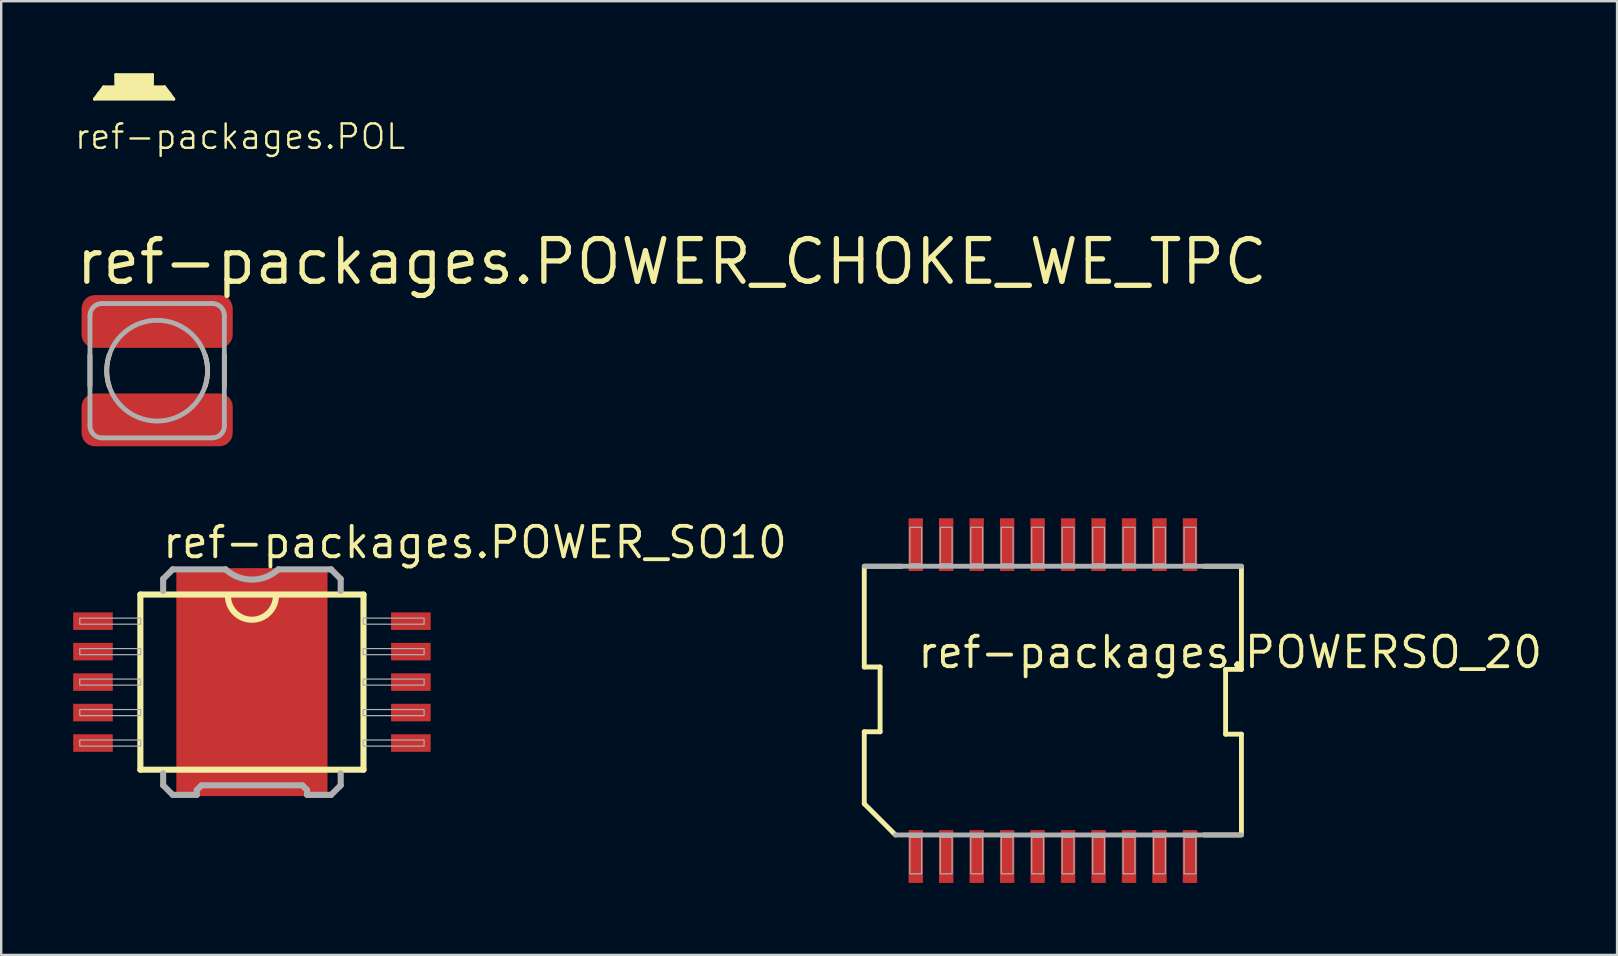
<source format=kicad_pcb>
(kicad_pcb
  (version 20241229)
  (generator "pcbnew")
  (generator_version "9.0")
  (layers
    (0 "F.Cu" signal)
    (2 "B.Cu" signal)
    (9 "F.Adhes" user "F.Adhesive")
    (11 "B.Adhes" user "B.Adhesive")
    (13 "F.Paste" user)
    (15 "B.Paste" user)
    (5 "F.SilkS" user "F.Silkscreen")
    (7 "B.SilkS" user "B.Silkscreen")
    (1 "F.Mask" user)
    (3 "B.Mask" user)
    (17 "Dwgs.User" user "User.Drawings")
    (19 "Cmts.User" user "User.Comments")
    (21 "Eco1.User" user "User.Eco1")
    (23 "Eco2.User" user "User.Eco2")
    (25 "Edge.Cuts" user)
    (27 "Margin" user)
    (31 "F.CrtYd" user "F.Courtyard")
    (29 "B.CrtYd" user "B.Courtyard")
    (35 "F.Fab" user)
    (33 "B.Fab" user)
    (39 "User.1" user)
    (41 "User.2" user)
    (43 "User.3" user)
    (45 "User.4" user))
  (footprint "ref-packages.POWERSO_20"
    (layer "F.Cu")
    (at 40.832 26.15)
    (property "Reference" "ref-packages.POWERSO_20" (at -5.715 -1.27 0) (layer "F.SilkS") (effects (font (size 1.27 1.27) (thickness 0.16)) (justify left bottom)))
    (attr smd)
    (fp_line (start -7.86 -1.4) (end -7.86 -5.6) (stroke (width 0.203) (type default)) (layer "F.SilkS"))
    (fp_line (start -7.86 1.3) (end -7.2 1.3) (stroke (width 0.203) (type default)) (layer "F.SilkS"))
    (fp_line (start -7.86 4.3) (end -7.86 1.3) (stroke (width 0.203) (type default)) (layer "F.SilkS"))
    (fp_line (start -7.8 -5.6) (end -6.3 -5.6) (stroke (width 0.203) (type default)) (layer "F.SilkS"))
    (fp_line (start -7.2 -1.4) (end -7.86 -1.4) (stroke (width 0.203) (type default)) (layer "F.SilkS"))
    (fp_line (start -7.2 1.3) (end -7.2 -1.4) (stroke (width 0.203) (type default)) (layer "F.SilkS"))
    (fp_line (start -6.56 5.6) (end -7.86 4.3) (stroke (width 0.203) (type default)) (layer "F.SilkS"))
    (fp_line (start 7.2 -1.3) (end 7.2 1.4) (stroke (width 0.203) (type default)) (layer "F.SilkS"))
    (fp_line (start 7.2 1.4) (end 7.86 1.4) (stroke (width 0.203) (type default)) (layer "F.SilkS"))
    (fp_line (start 7.8 -5.6) (end 6.3 -5.6) (stroke (width 0.203) (type default)) (layer "F.SilkS"))
    (fp_line (start 7.8 5.6) (end 6.3 5.6) (stroke (width 0.203) (type default)) (layer "F.SilkS"))
    (fp_line (start 7.86 -5.6) (end 7.86 -1.3) (stroke (width 0.203) (type default)) (layer "F.SilkS"))
    (fp_line (start 7.86 -1.3) (end 7.2 -1.3) (stroke (width 0.203) (type default)) (layer "F.SilkS"))
    (fp_line (start 7.86 1.4) (end 7.86 5.6) (stroke (width 0.203) (type default)) (layer "F.SilkS"))
    (fp_line (start -7.86 -5.6) (end 7.86 -5.6) (stroke (width 0.203) (type default)) (layer "F.Fab"))
    (fp_line (start 7.86 5.6) (end -6.56 5.6) (stroke (width 0.203) (type default)) (layer "F.Fab"))
    (fp_rect (start -5.96 -5.7) (end -5.47 -7.22) (stroke (width 0.05) (type default)) (fill no) (layer "F.Fab"))
    (fp_rect (start -5.96 7.22) (end -5.47 5.7) (stroke (width 0.05) (type default)) (fill no) (layer "F.Fab"))
    (fp_rect (start -4.69 -5.7) (end -4.2 -7.22) (stroke (width 0.05) (type default)) (fill no) (layer "F.Fab"))
    (fp_rect (start -4.69 7.22) (end -4.2 5.7) (stroke (width 0.05) (type default)) (fill no) (layer "F.Fab"))
    (fp_rect (start -3.42 -5.7) (end -2.93 -7.22) (stroke (width 0.05) (type default)) (fill no) (layer "F.Fab"))
    (fp_rect (start -3.42 7.22) (end -2.93 5.7) (stroke (width 0.05) (type default)) (fill no) (layer "F.Fab"))
    (fp_rect (start -2.15 -5.7) (end -1.66 -7.22) (stroke (width 0.05) (type default)) (fill no) (layer "F.Fab"))
    (fp_rect (start -2.15 7.22) (end -1.66 5.7) (stroke (width 0.05) (type default)) (fill no) (layer "F.Fab"))
    (fp_rect (start -0.88 -5.7) (end -0.39 -7.22) (stroke (width 0.05) (type default)) (fill no) (layer "F.Fab"))
    (fp_rect (start -0.88 7.22) (end -0.39 5.7) (stroke (width 0.05) (type default)) (fill no) (layer "F.Fab"))
    (fp_rect (start 0.39 -5.7) (end 0.88 -7.22) (stroke (width 0.05) (type default)) (fill no) (layer "F.Fab"))
    (fp_rect (start 0.39 7.22) (end 0.88 5.7) (stroke (width 0.05) (type default)) (fill no) (layer "F.Fab"))
    (fp_rect (start 1.66 -5.7) (end 2.15 -7.22) (stroke (width 0.05) (type default)) (fill no) (layer "F.Fab"))
    (fp_rect (start 1.66 7.22) (end 2.15 5.7) (stroke (width 0.05) (type default)) (fill no) (layer "F.Fab"))
    (fp_rect (start 2.93 -5.7) (end 3.42 -7.22) (stroke (width 0.05) (type default)) (fill no) (layer "F.Fab"))
    (fp_rect (start 2.93 7.22) (end 3.42 5.7) (stroke (width 0.05) (type default)) (fill no) (layer "F.Fab"))
    (fp_rect (start 4.2 -5.7) (end 4.69 -7.22) (stroke (width 0.05) (type default)) (fill no) (layer "F.Fab"))
    (fp_rect (start 4.2 7.22) (end 4.69 5.7) (stroke (width 0.05) (type default)) (fill no) (layer "F.Fab"))
    (fp_rect (start 5.47 -5.7) (end 5.96 -7.22) (stroke (width 0.05) (type default)) (fill no) (layer "F.Fab"))
    (fp_rect (start 5.47 7.22) (end 5.96 5.7) (stroke (width 0.05) (type default)) (fill no) (layer "F.Fab"))
    (pad "1" smd roundrect (at -5.715 6.5) (size 0.6 2.2) (layers "F.Cu" "F.Mask" "F.Paste") (roundrect_rratio 0.01))
    (pad "2" smd roundrect (at -4.445 6.5) (size 0.6 2.2) (layers "F.Cu" "F.Mask" "F.Paste") (roundrect_rratio 0.01))
    (pad "3" smd roundrect (at -3.175 6.5) (size 0.6 2.2) (layers "F.Cu" "F.Mask" "F.Paste") (roundrect_rratio 0.01))
    (pad "4" smd roundrect (at -1.905 6.5) (size 0.6 2.2) (layers "F.Cu" "F.Mask" "F.Paste") (roundrect_rratio 0.01))
    (pad "5" smd roundrect (at -0.635 6.5) (size 0.6 2.2) (layers "F.Cu" "F.Mask" "F.Paste") (roundrect_rratio 0.01))
    (pad "6" smd roundrect (at 0.635 6.5) (size 0.6 2.2) (layers "F.Cu" "F.Mask" "F.Paste") (roundrect_rratio 0.01))
    (pad "7" smd roundrect (at 1.905 6.5) (size 0.6 2.2) (layers "F.Cu" "F.Mask" "F.Paste") (roundrect_rratio 0.01))
    (pad "8" smd roundrect (at 3.175 6.5) (size 0.6 2.2) (layers "F.Cu" "F.Mask" "F.Paste") (roundrect_rratio 0.01))
    (pad "9" smd roundrect (at 4.445 6.5) (size 0.6 2.2) (layers "F.Cu" "F.Mask" "F.Paste") (roundrect_rratio 0.01))
    (pad "10" smd roundrect (at 5.715 6.5) (size 0.6 2.2) (layers "F.Cu" "F.Mask" "F.Paste") (roundrect_rratio 0.01))
    (pad "11" smd roundrect (at 5.715 -6.5) (size 0.6 2.2) (layers "F.Cu" "F.Mask" "F.Paste") (roundrect_rratio 0.01))
    (pad "12" smd roundrect (at 4.445 -6.5) (size 0.6 2.2) (layers "F.Cu" "F.Mask" "F.Paste") (roundrect_rratio 0.01))
    (pad "13" smd roundrect (at 3.175 -6.5) (size 0.6 2.2) (layers "F.Cu" "F.Mask" "F.Paste") (roundrect_rratio 0.01))
    (pad "14" smd roundrect (at 1.905 -6.5) (size 0.6 2.2) (layers "F.Cu" "F.Mask" "F.Paste") (roundrect_rratio 0.01))
    (pad "15" smd roundrect (at 0.635 -6.5) (size 0.6 2.2) (layers "F.Cu" "F.Mask" "F.Paste") (roundrect_rratio 0.01))
    (pad "16" smd roundrect (at -0.635 -6.5) (size 0.6 2.2) (layers "F.Cu" "F.Mask" "F.Paste") (roundrect_rratio 0.01))
    (pad "17" smd roundrect (at -1.905 -6.5) (size 0.6 2.2) (layers "F.Cu" "F.Mask" "F.Paste") (roundrect_rratio 0.01))
    (pad "18" smd roundrect (at -3.175 -6.5) (size 0.6 2.2) (layers "F.Cu" "F.Mask" "F.Paste") (roundrect_rratio 0.01))
    (pad "19" smd roundrect (at -4.445 -6.5) (size 0.6 2.2) (layers "F.Cu" "F.Mask" "F.Paste") (roundrect_rratio 0.01))
    (pad "20" smd roundrect (at -5.715 -6.5) (size 0.6 2.2) (layers "F.Cu" "F.Mask" "F.Paste") (roundrect_rratio 0.01)))
  (footprint "ref-packages.POL"
    (layer "F.Cu")
    (at 2.54 0.699)
    (property "Reference" "ref-packages.POL" (at -2.54 2.54 0) (layer "F.SilkS") (effects (font (size 1.016 1.016) (thickness 0.1)) (justify left bottom)))
    (fp_line (start -1.651 0.381) (end -1.27 -0.127) (stroke (width 0.127) (type default)) (layer "F.SilkS"))
    (fp_line (start -1.651 0.381) (end 1.651 0.381) (stroke (width 0.127) (type default)) (layer "F.SilkS"))
    (fp_line (start -0.762 -0.635) (end -0.762 -0.127) (stroke (width 0.127) (type default)) (layer "F.SilkS"))
    (fp_line (start -0.762 -0.127) (end -1.27 -0.127) (stroke (width 0.127) (type default)) (layer "F.SilkS"))
    (fp_line (start 0.762 -0.635) (end -0.762 -0.635) (stroke (width 0.127) (type default)) (layer "F.SilkS"))
    (fp_line (start 0.762 -0.635) (end 0.762 -0.127) (stroke (width 0.127) (type default)) (layer "F.SilkS"))
    (fp_line (start 1.27 -0.127) (end 0.762 -0.127) (stroke (width 0.127) (type default)) (layer "F.SilkS"))
    (fp_line (start 1.27 -0.127) (end 1.651 0.381) (stroke (width 0.127) (type default)) (layer "F.SilkS"))
    (fp_rect (start -1.524 0.381) (end -1.27 0.127) (stroke (width 0.05) (type default)) (fill yes) (layer "F.SilkS"))
    (fp_rect (start -1.397 0.127) (end -1.27 0) (stroke (width 0.05) (type default)) (fill yes) (layer "F.SilkS"))
    (fp_rect (start -1.27 0.381) (end 1.27 -0.127) (stroke (width 0.05) (type default)) (fill yes) (layer "F.SilkS"))
    (fp_rect (start -0.762 -0.127) (end 0.762 -0.635) (stroke (width 0.05) (type default)) (fill yes) (layer "F.SilkS"))
    (fp_rect (start 1.27 0.127) (end 1.397 0) (stroke (width 0.05) (type default)) (fill yes) (layer "F.SilkS"))
    (fp_rect (start 1.27 0.381) (end 1.524 0.127) (stroke (width 0.05) (type default)) (fill yes) (layer "F.SilkS")))
  (footprint "ref-packages.POWER_CHOKE_WE_TPC"
    (layer "F.Cu")
    (at 3.5 12.4)
    (property "Reference" "ref-packages.POWER_CHOKE_WE_TPC" (at -3.5 -3.5 0) (layer "F.SilkS") (effects (font (size 1.778 1.778) (thickness 0.22)) (justify left bottom)))
    (attr smd)
    (fp_line (start -2.8 -0.65) (end -2.8 0.65) (stroke (width 0.2) (type default)) (layer "F.SilkS"))
    (fp_line (start 2.8 0.65) (end 2.8 -0.65) (stroke (width 0.2) (type default)) (layer "F.SilkS"))
    (fp_arc (start -2 0.65) (mid -2.102974 0) (end -2 -0.65) (stroke (width 0.2) (type default)) (layer "F.SilkS"))
    (fp_arc (start 2 -0.65) (mid 2.102974 0) (end 2 0.65) (stroke (width 0.2) (type default)) (layer "F.SilkS"))
    (fp_line (start -2.8 2.3) (end -2.8 -2.3) (stroke (width 0.2) (type default)) (layer "F.Fab"))
    (fp_line (start -2.3 -2.8) (end 2.3 -2.8) (stroke (width 0.2) (type default)) (layer "F.Fab"))
    (fp_line (start 2.3 2.8) (end -2.3 2.8) (stroke (width 0.2) (type default)) (layer "F.Fab"))
    (fp_line (start 2.8 -2.3) (end 2.8 2.3) (stroke (width 0.2) (type default)) (layer "F.Fab"))
    (fp_arc (start -2.8 -2.3) (mid -2.653553 -2.653553) (end -2.3 -2.8) (stroke (width 0.2) (type default)) (layer "F.Fab"))
    (fp_arc (start -2.3 2.8) (mid -2.653553 2.653553) (end -2.8 2.3) (stroke (width 0.2) (type default)) (layer "F.Fab"))
    (fp_arc (start 2.3 -2.8) (mid 2.653553 -2.653553) (end 2.8 -2.3) (stroke (width 0.2) (type default)) (layer "F.Fab"))
    (fp_arc (start 2.8 2.3) (mid 2.653553 2.653553) (end 2.3 2.8) (stroke (width 0.2) (type default)) (layer "F.Fab"))
    (fp_circle (center 0 0) (end 2.1 0) (stroke (width 0.2) (type default)) (fill no) (layer "F.Fab"))
    (pad "1" smd roundrect (at 0 -2.05) (size 6.3 2.2) (layers "F.Cu" "F.Mask" "F.Paste") (roundrect_rratio 0.25))
    (pad "2" smd roundrect (at 0 2.05 180) (size 6.3 2.2) (layers "F.Cu" "F.Mask" "F.Paste") (roundrect_rratio 0.25)))
  (footprint "ref-packages.POWER_SO10"
    (layer "F.Cu")
    (at 7.45 25.38)
    (property "Reference" "ref-packages.POWER_SO10" (at -3.81 -5.08 0) (layer "F.SilkS") (effects (font (size 1.27 1.27) (thickness 0.16)) (justify left bottom)))
    (attr smd)
    (fp_line (start -4.65 -3.65) (end 4.65 -3.65) (stroke (width 0.254) (type default)) (layer "F.SilkS"))
    (fp_line (start -4.65 3.65) (end -4.65 -3.65) (stroke (width 0.254) (type default)) (layer "F.SilkS"))
    (fp_line (start 4.65 -3.65) (end 4.65 3.65) (stroke (width 0.254) (type default)) (layer "F.SilkS"))
    (fp_line (start 4.65 3.65) (end -4.65 3.65) (stroke (width 0.254) (type default)) (layer "F.SilkS"))
    (fp_arc (start 1 -3.6) (mid 0 -2.6) (end -1 -3.6) (stroke (width 0.254) (type default)) (layer "F.SilkS"))
    (fp_line (start -3.7 -4.3) (end -3.3 -4.7) (stroke (width 0.254) (type default)) (layer "F.Fab"))
    (fp_line (start -3.7 -3.8) (end -3.7 -4.3) (stroke (width 0.254) (type default)) (layer "F.Fab"))
    (fp_line (start -3.7 4.3) (end -3.7 3.8) (stroke (width 0.254) (type default)) (layer "F.Fab"))
    (fp_line (start -3.3 -4.7) (end -1.1 -4.7) (stroke (width 0.254) (type default)) (layer "F.Fab"))
    (fp_line (start -3.3 4.7) (end -3.7 4.3) (stroke (width 0.254) (type default)) (layer "F.Fab"))
    (fp_line (start -2.3 4.5) (end -2.1 4.3) (stroke (width 0.254) (type default)) (layer "F.Fab"))
    (fp_line (start -2.3 4.7) (end -3.3 4.7) (stroke (width 0.254) (type default)) (layer "F.Fab"))
    (fp_line (start -2.3 4.7) (end -2.3 4.5) (stroke (width 0.254) (type default)) (layer "F.Fab"))
    (fp_line (start -2.1 4.3) (end 2.1 4.3) (stroke (width 0.254) (type default)) (layer "F.Fab"))
    (fp_line (start 1.1 -4.7) (end 3.3 -4.7) (stroke (width 0.254) (type default)) (layer "F.Fab"))
    (fp_line (start 2.1 4.3) (end 2.3 4.5) (stroke (width 0.254) (type default)) (layer "F.Fab"))
    (fp_line (start 2.3 4.5) (end 2.3 4.7) (stroke (width 0.254) (type default)) (layer "F.Fab"))
    (fp_line (start 3.3 -4.7) (end 3.7 -4.3) (stroke (width 0.254) (type default)) (layer "F.Fab"))
    (fp_line (start 3.3 4.7) (end 2.3 4.7) (stroke (width 0.254) (type default)) (layer "F.Fab"))
    (fp_line (start 3.7 -4.3) (end 3.7 -3.8) (stroke (width 0.254) (type default)) (layer "F.Fab"))
    (fp_line (start 3.7 3.8) (end 3.7 4.3) (stroke (width 0.254) (type default)) (layer "F.Fab"))
    (fp_line (start 3.7 4.3) (end 3.3 4.7) (stroke (width 0.254) (type default)) (layer "F.Fab"))
    (fp_rect (start -7.176 -2.413) (end -4.636 -2.667) (stroke (width 0.05) (type default)) (fill no) (layer "F.Fab"))
    (fp_rect (start -7.176 -1.143) (end -4.636 -1.397) (stroke (width 0.05) (type default)) (fill no) (layer "F.Fab"))
    (fp_rect (start -7.176 0.127) (end -4.636 -0.127) (stroke (width 0.05) (type default)) (fill no) (layer "F.Fab"))
    (fp_rect (start -7.176 1.397) (end -4.636 1.143) (stroke (width 0.05) (type default)) (fill no) (layer "F.Fab"))
    (fp_rect (start -7.176 2.667) (end -4.636 2.413) (stroke (width 0.05) (type default)) (fill no) (layer "F.Fab"))
    (fp_rect (start 4.636 -2.413) (end 7.176 -2.667) (stroke (width 0.05) (type default)) (fill no) (layer "F.Fab"))
    (fp_rect (start 4.636 -1.143) (end 7.176 -1.397) (stroke (width 0.05) (type default)) (fill no) (layer "F.Fab"))
    (fp_rect (start 4.636 0.127) (end 7.176 -0.127) (stroke (width 0.05) (type default)) (fill no) (layer "F.Fab"))
    (fp_rect (start 4.636 1.397) (end 7.176 1.143) (stroke (width 0.05) (type default)) (fill no) (layer "F.Fab"))
    (fp_rect (start 4.636 2.667) (end 7.176 2.413) (stroke (width 0.05) (type default)) (fill no) (layer "F.Fab"))
    (fp_arc (start 1.1 -4.7) (mid 0 -4.272118) (end -1.1 -4.7) (stroke (width 0.254) (type default)) (layer "F.Fab"))
    (pad "1" smd roundrect (at -6.625 -2.54) (size 1.65 0.73) (layers "F.Cu" "F.Mask" "F.Paste") (roundrect_rratio 0.01))
    (pad "2" smd roundrect (at -6.625 -1.27) (size 1.65 0.73) (layers "F.Cu" "F.Mask" "F.Paste") (roundrect_rratio 0.01))
    (pad "3" smd roundrect (at -6.625 0) (size 1.65 0.73) (layers "F.Cu" "F.Mask" "F.Paste") (roundrect_rratio 0.01))
    (pad "4" smd roundrect (at -6.625 1.27) (size 1.65 0.73) (layers "F.Cu" "F.Mask" "F.Paste") (roundrect_rratio 0.01))
    (pad "5" smd roundrect (at -6.625 2.54) (size 1.65 0.73) (layers "F.Cu" "F.Mask" "F.Paste") (roundrect_rratio 0.01))
    (pad "6" smd roundrect (at 6.625 2.54) (size 1.65 0.73) (layers "F.Cu" "F.Mask" "F.Paste") (roundrect_rratio 0.01))
    (pad "7" smd roundrect (at 6.625 1.27) (size 1.65 0.73) (layers "F.Cu" "F.Mask" "F.Paste") (roundrect_rratio 0.01))
    (pad "8" smd roundrect (at 6.625 0) (size 1.65 0.73) (layers "F.Cu" "F.Mask" "F.Paste") (roundrect_rratio 0.01))
    (pad "9" smd roundrect (at 6.625 -1.27) (size 1.65 0.73) (layers "F.Cu" "F.Mask" "F.Paste") (roundrect_rratio 0.01))
    (pad "10" smd roundrect (at 6.625 -2.54) (size 1.65 0.73) (layers "F.Cu" "F.Mask" "F.Paste") (roundrect_rratio 0.01))
    (pad "P" smd roundrect (at 0 0) (size 6.3 9.5) (layers "F.Cu" "F.Mask" "F.Paste") (roundrect_rratio 0.01)))
  (gr_rect
    (start -3 -3)
    (end 64.348 36.75)
    (stroke (width 0.1) (type default))
    (fill no)
    (layer "Edge.Cuts")))
</source>
